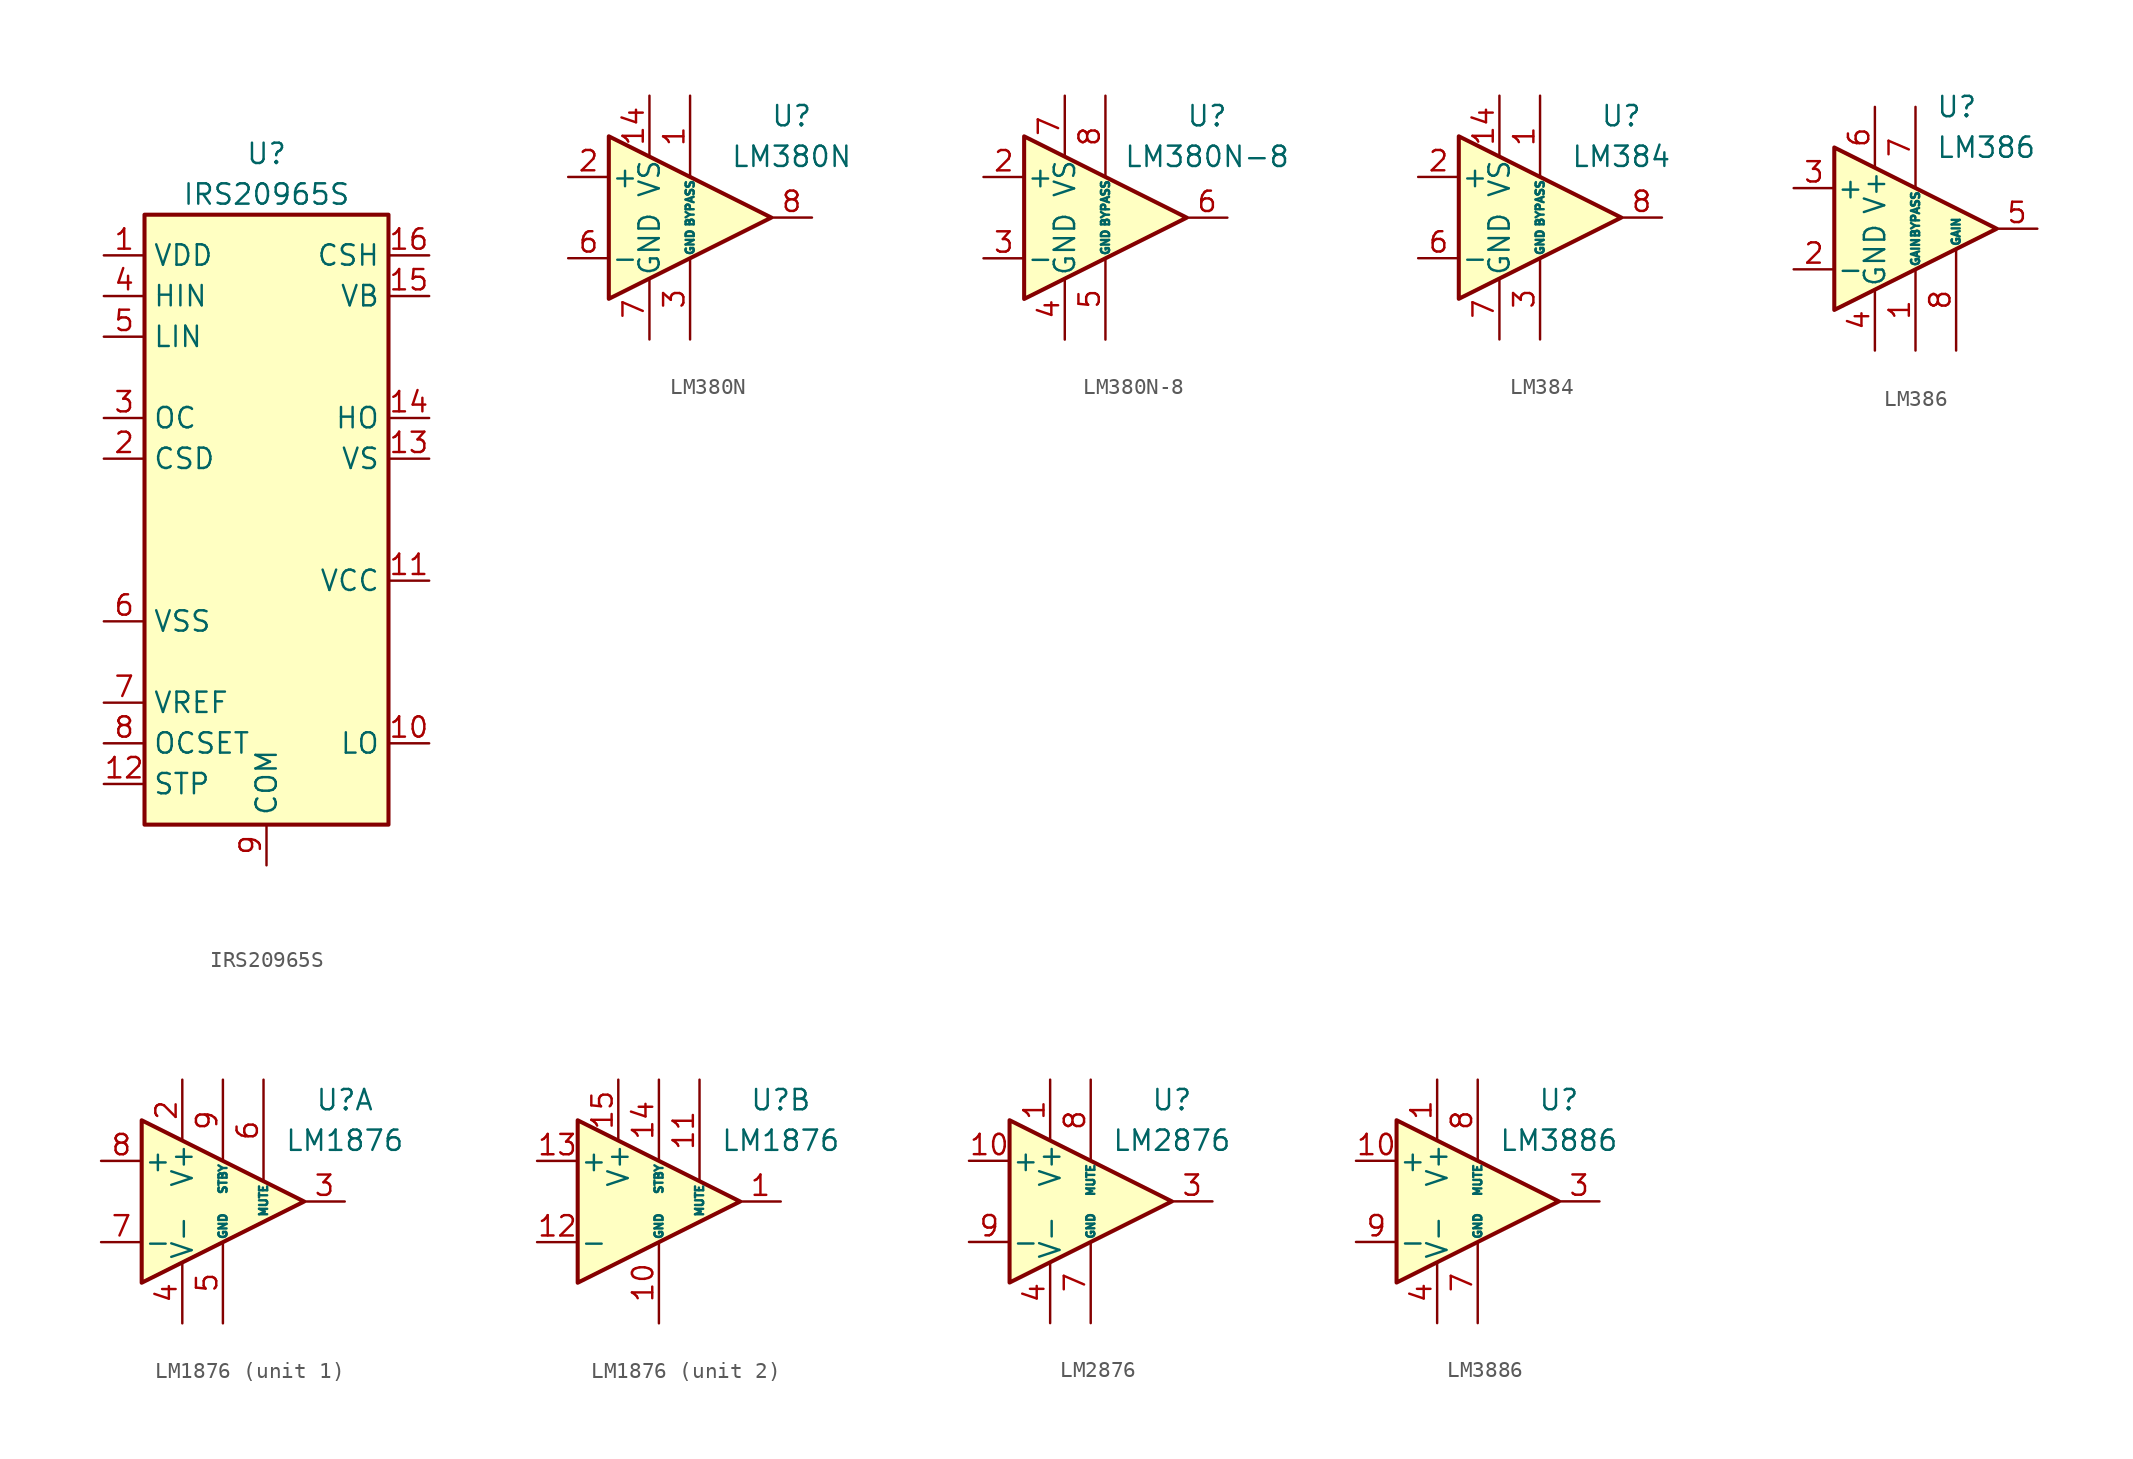
<source format=kicad_sym>
(kicad_symbol_lib
  (version 20201005)
  (generator kicad_symbol_editor)
  (symbol "IRS20965S"
    (property "Reference" "U"
      (at 0 24.13 0)
      (effects (font (size 1.27 1.27))))
    (property "Value" "IRS20965S"
      (at 0 21.59 0)
      (effects (font (size 1.27 1.27))))
    (symbol "IRS20965S_0_1"
      (rectangle (start -7.62 -17.78) (end 7.62 20.32) (stroke (width 0.254)) (fill (type background))))
    (symbol "IRS20965S_1_1"
      (pin power_in line (at -10.16 17.78 0) (length 2.54) (name "VDD" (effects (font (size 1.27 1.27)))) (number "1" (effects (font (size 1.27 1.27)))))
      (pin output line (at 10.16 -12.7 180) (length 2.54) (name "LO" (effects (font (size 1.27 1.27)))) (number "10" (effects (font (size 1.27 1.27)))))
      (pin power_in line (at 10.16 -2.54 180) (length 2.54) (name "VCC" (effects (font (size 1.27 1.27)))) (number "11" (effects (font (size 1.27 1.27)))))
      (pin input line (at -10.16 -15.24 0) (length 2.54) (name "STP" (effects (font (size 1.27 1.27)))) (number "12" (effects (font (size 1.27 1.27)))))
      (pin passive line (at 10.16 5.08 180) (length 2.54) (name "VS" (effects (font (size 1.27 1.27)))) (number "13" (effects (font (size 1.27 1.27)))))
      (pin output line (at 10.16 7.62 180) (length 2.54) (name "HO" (effects (font (size 1.27 1.27)))) (number "14" (effects (font (size 1.27 1.27)))))
      (pin power_in line (at 10.16 15.24 180) (length 2.54) (name "VB" (effects (font (size 1.27 1.27)))) (number "15" (effects (font (size 1.27 1.27)))))
      (pin passive line (at 10.16 17.78 180) (length 2.54) (name "CSH" (effects (font (size 1.27 1.27)))) (number "16" (effects (font (size 1.27 1.27)))))
      (pin passive line (at -10.16 5.08 0) (length 2.54) (name "CSD" (effects (font (size 1.27 1.27)))) (number "2" (effects (font (size 1.27 1.27)))))
      (pin open_collector line (at -10.16 7.62 0) (length 2.54) (name "OC" (effects (font (size 1.27 1.27)))) (number "3" (effects (font (size 1.27 1.27)))))
      (pin input line (at -10.16 15.24 0) (length 2.54) (name "HIN" (effects (font (size 1.27 1.27)))) (number "4" (effects (font (size 1.27 1.27)))))
      (pin input line (at -10.16 12.7 0) (length 2.54) (name "LIN" (effects (font (size 1.27 1.27)))) (number "5" (effects (font (size 1.27 1.27)))))
      (pin power_in line (at -10.16 -5.08 0) (length 2.54) (name "VSS" (effects (font (size 1.27 1.27)))) (number "6" (effects (font (size 1.27 1.27)))))
      (pin power_out line (at -10.16 -10.16 0) (length 2.54) (name "VREF" (effects (font (size 1.27 1.27)))) (number "7" (effects (font (size 1.27 1.27)))))
      (pin passive line (at -10.16 -12.7 0) (length 2.54) (name "OCSET" (effects (font (size 1.27 1.27)))) (number "8" (effects (font (size 1.27 1.27)))))
      (pin power_in line (at 0 -20.32 90) (length 2.54) (name "COM" (effects (font (size 1.27 1.27)))) (number "9" (effects (font (size 1.27 1.27)))))))
  (symbol "LM380N"
    (pin_names
      (offset 0.127))
    (property "Reference" "U"
      (at 6.35 6.35 0)
      (effects (font (size 1.27 1.27))))
    (property "Value" "LM380N"
      (at 6.35 3.81 0)
      (effects (font (size 1.27 1.27))))
    (symbol "LM380N_0_1"
      (polyline (pts (xy -5.08 5.08) (xy 5.08 0) (xy -5.08 -5.08) (xy -5.08 5.08)) (stroke (width 0.254)) (fill (type background))))
    (symbol "LM380N_1_1"
      (pin passive line (at 0 7.62 270) (length 5.08) (name "BYPASS" (effects (font (size 0.508 0.508)))) (number "1" (effects (font (size 1.27 1.27)))))
      (pin passive line (at 0 -7.62 90) (length 5.08) hide (name "GND" (effects (font (size 0.508 0.508)))) (number "10" (effects (font (size 1.27 1.27)))))
      (pin passive line (at 0 -7.62 90) (length 5.08) hide (name "GND" (effects (font (size 0.508 0.508)))) (number "11" (effects (font (size 1.27 1.27)))))
      (pin passive line (at 0 -7.62 90) (length 5.08) hide (name "GND" (effects (font (size 0.508 0.508)))) (number "12" (effects (font (size 1.27 1.27)))))
      (pin no_connect line (at 0 -2.54 90) (length 2.54) hide (name "NC" (effects (font (size 1.27 1.27)))) (number "13" (effects (font (size 1.27 1.27)))))
      (pin power_in line (at -2.54 7.62 270) (length 3.81) (name "VS" (effects (font (size 1.27 1.27)))) (number "14" (effects (font (size 1.27 1.27)))))
      (pin input line (at -7.62 2.54 0) (length 2.54) (name "+" (effects (font (size 1.27 1.27)))) (number "2" (effects (font (size 1.27 1.27)))))
      (pin power_in line (at 0 -7.62 90) (length 5.08) (name "GND" (effects (font (size 0.508 0.508)))) (number "3" (effects (font (size 1.27 1.27)))))
      (pin passive line (at 0 -7.62 90) (length 5.08) hide (name "GND" (effects (font (size 0.508 0.508)))) (number "4" (effects (font (size 1.27 1.27)))))
      (pin passive line (at 0 -7.62 90) (length 5.08) hide (name "GND" (effects (font (size 0.508 0.508)))) (number "5" (effects (font (size 1.27 1.27)))))
      (pin input line (at -7.62 -2.54 0) (length 2.54) (name "-" (effects (font (size 1.27 1.27)))) (number "6" (effects (font (size 1.27 1.27)))))
      (pin power_in line (at -2.54 -7.62 90) (length 3.81) (name "GND" (effects (font (size 1.27 1.27)))) (number "7" (effects (font (size 1.27 1.27)))))
      (pin output line (at 7.62 0 180) (length 2.54) (name "~" (effects (font (size 1.27 1.27)))) (number "8" (effects (font (size 1.27 1.27)))))
      (pin no_connect line (at 0 2.54 270) (length 2.54) hide (name "NC" (effects (font (size 1.27 1.27)))) (number "9" (effects (font (size 1.27 1.27)))))))
  (symbol "LM380N-8"
    (pin_names
      (offset 0.127))
    (property "Reference" "U"
      (at 6.35 6.35 0)
      (effects (font (size 1.27 1.27))))
    (property "Value" "LM380N-8"
      (at 6.35 3.81 0)
      (effects (font (size 1.27 1.27))))
    (symbol "LM380N-8_0_1"
      (polyline (pts (xy -5.08 5.08) (xy 5.08 0) (xy -5.08 -5.08) (xy -5.08 5.08)) (stroke (width 0.254)) (fill (type background))))
    (symbol "LM380N-8_1_1"
      (pin no_connect line (at 0 2.54 270) (length 2.54) hide (name "NC" (effects (font (size 1.27 1.27)))) (number "1" (effects (font (size 1.27 1.27)))))
      (pin input line (at -7.62 2.54 0) (length 2.54) (name "+" (effects (font (size 1.27 1.27)))) (number "2" (effects (font (size 1.27 1.27)))))
      (pin input line (at -7.62 -2.54 0) (length 2.54) (name "-" (effects (font (size 1.27 1.27)))) (number "3" (effects (font (size 1.27 1.27)))))
      (pin power_in line (at -2.54 -7.62 90) (length 3.81) (name "GND" (effects (font (size 1.27 1.27)))) (number "4" (effects (font (size 1.27 1.27)))))
      (pin power_in line (at 0 -7.62 90) (length 5.08) (name "GND" (effects (font (size 0.508 0.508)))) (number "5" (effects (font (size 1.27 1.27)))))
      (pin output line (at 7.62 0 180) (length 2.54) (name "~" (effects (font (size 1.27 1.27)))) (number "6" (effects (font (size 1.27 1.27)))))
      (pin power_in line (at -2.54 7.62 270) (length 3.81) (name "VS" (effects (font (size 1.27 1.27)))) (number "7" (effects (font (size 1.27 1.27)))))
      (pin passive line (at 0 7.62 270) (length 5.08) (name "BYPASS" (effects (font (size 0.508 0.508)))) (number "8" (effects (font (size 1.27 1.27)))))))
  (symbol "LM384"
    (pin_names
      (offset 0.127))
    (property "Reference" "U"
      (at 5.08 6.35 0)
      (effects (font (size 1.27 1.27))))
    (property "Value" "LM384"
      (at 5.08 3.81 0)
      (effects (font (size 1.27 1.27))))
    (symbol "LM384_0_1"
      (polyline (pts (xy -5.08 5.08) (xy 5.08 0) (xy -5.08 -5.08) (xy -5.08 5.08)) (stroke (width 0.254)) (fill (type background))))
    (symbol "LM384_1_1"
      (pin passive line (at 0 7.62 270) (length 5.08) (name "BYPASS" (effects (font (size 0.508 0.508)))) (number "1" (effects (font (size 1.27 1.27)))))
      (pin passive line (at 0 -7.62 90) (length 5.08) hide (name "GND" (effects (font (size 0.508 0.508)))) (number "10" (effects (font (size 1.27 1.27)))))
      (pin passive line (at 0 -7.62 90) (length 5.08) hide (name "GND" (effects (font (size 0.508 0.508)))) (number "11" (effects (font (size 1.27 1.27)))))
      (pin passive line (at 0 -7.62 90) (length 5.08) hide (name "GND" (effects (font (size 0.508 0.508)))) (number "12" (effects (font (size 1.27 1.27)))))
      (pin no_connect line (at 0 2.54 270) (length 2.54) hide (name "NC" (effects (font (size 1.27 1.27)))) (number "13" (effects (font (size 1.27 1.27)))))
      (pin power_in line (at -2.54 7.62 270) (length 3.81) (name "VS" (effects (font (size 1.27 1.27)))) (number "14" (effects (font (size 1.27 1.27)))))
      (pin input line (at -7.62 2.54 0) (length 2.54) (name "+" (effects (font (size 1.27 1.27)))) (number "2" (effects (font (size 1.27 1.27)))))
      (pin power_in line (at 0 -7.62 90) (length 5.08) (name "GND" (effects (font (size 0.508 0.508)))) (number "3" (effects (font (size 1.27 1.27)))))
      (pin passive line (at 0 -7.62 90) (length 5.08) hide (name "GND" (effects (font (size 0.508 0.508)))) (number "4" (effects (font (size 1.27 1.27)))))
      (pin passive line (at 0 -7.62 90) (length 5.08) hide (name "GND" (effects (font (size 0.508 0.508)))) (number "5" (effects (font (size 1.27 1.27)))))
      (pin input line (at -7.62 -2.54 0) (length 2.54) (name "-" (effects (font (size 1.27 1.27)))) (number "6" (effects (font (size 1.27 1.27)))))
      (pin power_in line (at -2.54 -7.62 90) (length 3.81) (name "GND" (effects (font (size 1.27 1.27)))) (number "7" (effects (font (size 1.27 1.27)))))
      (pin output line (at 7.62 0 180) (length 2.54) (name "~" (effects (font (size 1.27 1.27)))) (number "8" (effects (font (size 1.27 1.27)))))
      (pin no_connect line (at -2.54 2.54 270) (length 2.54) hide (name "NC" (effects (font (size 1.27 1.27)))) (number "9" (effects (font (size 1.27 1.27)))))))
  (symbol "LM386"
    (pin_names
      (offset 0.127))
    (property "Reference" "U"
      (at 1.27 7.62 0)
      (effects (font (size 1.27 1.27)) (justify left)))
    (property "Value" "LM386"
      (at 1.27 5.08 0)
      (effects (font (size 1.27 1.27)) (justify left)))
    (symbol "LM386_0_1"
      (polyline (pts (xy 5.08 0) (xy -5.08 5.08) (xy -5.08 -5.08) (xy 5.08 0)) (stroke (width 0.254)) (fill (type background))))
    (symbol "LM386_1_1"
      (pin input line (at 0 -7.62 90) (length 5.08) (name "GAIN" (effects (font (size 0.508 0.508)))) (number "1" (effects (font (size 1.27 1.27)))))
      (pin input line (at -7.62 -2.54 0) (length 2.54) (name "-" (effects (font (size 1.27 1.27)))) (number "2" (effects (font (size 1.27 1.27)))))
      (pin input line (at -7.62 2.54 0) (length 2.54) (name "+" (effects (font (size 1.27 1.27)))) (number "3" (effects (font (size 1.27 1.27)))))
      (pin power_in line (at -2.54 -7.62 90) (length 3.81) (name "GND" (effects (font (size 1.27 1.27)))) (number "4" (effects (font (size 1.27 1.27)))))
      (pin output line (at 7.62 0 180) (length 2.54) (name "~" (effects (font (size 1.27 1.27)))) (number "5" (effects (font (size 1.27 1.27)))))
      (pin power_in line (at -2.54 7.62 270) (length 3.81) (name "V+" (effects (font (size 1.27 1.27)))) (number "6" (effects (font (size 1.27 1.27)))))
      (pin input line (at 0 7.62 270) (length 5.08) (name "BYPASS" (effects (font (size 0.508 0.508)))) (number "7" (effects (font (size 1.27 1.27)))))
      (pin input line (at 2.54 -7.62 90) (length 6.35) (name "GAIN" (effects (font (size 0.508 0.508)))) (number "8" (effects (font (size 1.27 1.27)))))))
  (symbol "LM1876"
    (pin_names
      (offset 0.127))
    (property "Reference" "U"
      (at 7.62 6.35 0)
      (effects (font (size 1.27 1.27))))
    (property "Value" "LM1876"
      (at 7.62 3.81 0)
      (effects (font (size 1.27 1.27))))
    (property "ki_locked" ""
      (at 0 0 0)
      (effects (font (size 1.27 1.27))))
    (symbol "LM1876_0_1"
      (polyline (pts (xy -5.08 5.08) (xy 5.08 0) (xy -5.08 -5.08) (xy -5.08 5.08)) (stroke (width 0.254)) (fill (type background))))
    (symbol "LM1876_1_1"
      (pin power_in line (at -2.54 7.62 270) (length 3.81) (name "V+" (effects (font (size 1.27 1.27)))) (number "2" (effects (font (size 1.27 1.27)))))
      (pin output line (at 7.62 0 180) (length 2.54) (name "~" (effects (font (size 1.27 1.27)))) (number "3" (effects (font (size 1.27 1.27)))))
      (pin power_in line (at -2.54 -7.62 90) (length 3.81) (name "V-" (effects (font (size 1.27 1.27)))) (number "4" (effects (font (size 1.27 1.27)))))
      (pin power_in line (at 0 -7.62 90) (length 5.08) (name "GND" (effects (font (size 0.508 0.508)))) (number "5" (effects (font (size 1.27 1.27)))))
      (pin input line (at 2.54 7.62 270) (length 6.35) (name "MUTE" (effects (font (size 0.508 0.508)))) (number "6" (effects (font (size 1.27 1.27)))))
      (pin input line (at -7.62 -2.54 0) (length 2.54) (name "-" (effects (font (size 1.27 1.27)))) (number "7" (effects (font (size 1.27 1.27)))))
      (pin input line (at -7.62 2.54 0) (length 2.54) (name "+" (effects (font (size 1.27 1.27)))) (number "8" (effects (font (size 1.27 1.27)))))
      (pin input line (at 0 7.62 270) (length 5.08) (name "STBY" (effects (font (size 0.508 0.508)))) (number "9" (effects (font (size 1.27 1.27))))))
    (symbol "LM1876_2_1"
      (pin output line (at 7.62 0 180) (length 2.54) (name "~" (effects (font (size 1.27 1.27)))) (number "1" (effects (font (size 1.27 1.27)))))
      (pin power_in line (at 0 -7.62 90) (length 5.08) (name "GND" (effects (font (size 0.508 0.508)))) (number "10" (effects (font (size 1.27 1.27)))))
      (pin input line (at 2.54 7.62 270) (length 6.35) (name "MUTE" (effects (font (size 0.508 0.508)))) (number "11" (effects (font (size 1.27 1.27)))))
      (pin input line (at -7.62 -2.54 0) (length 2.54) (name "-" (effects (font (size 1.27 1.27)))) (number "12" (effects (font (size 1.27 1.27)))))
      (pin input line (at -7.62 2.54 0) (length 2.54) (name "+" (effects (font (size 1.27 1.27)))) (number "13" (effects (font (size 1.27 1.27)))))
      (pin input line (at 0 7.62 270) (length 5.08) (name "STBY" (effects (font (size 0.508 0.508)))) (number "14" (effects (font (size 1.27 1.27)))))
      (pin power_in line (at -2.54 7.62 270) (length 3.81) (name "V+" (effects (font (size 1.27 1.27)))) (number "15" (effects (font (size 1.27 1.27)))))))
  (symbol "LM2876"
    (pin_names
      (offset 0.127))
    (property "Reference" "U"
      (at 5.08 6.35 0)
      (effects (font (size 1.27 1.27))))
    (property "Value" "LM2876"
      (at 5.08 3.81 0)
      (effects (font (size 1.27 1.27))))
    (symbol "LM2876_0_1"
      (polyline (pts (xy -5.08 5.08) (xy 5.08 0) (xy -5.08 -5.08) (xy -5.08 5.08)) (stroke (width 0.254)) (fill (type background))))
    (symbol "LM2876_1_1"
      (pin power_in line (at -2.54 7.62 270) (length 3.81) (name "V+" (effects (font (size 1.27 1.27)))) (number "1" (effects (font (size 1.27 1.27)))))
      (pin input line (at -7.62 2.54 0) (length 2.54) (name "+" (effects (font (size 1.27 1.27)))) (number "10" (effects (font (size 1.27 1.27)))))
      (pin no_connect line (at 2.54 2.54 270) (length 2.54) hide (name "NC" (effects (font (size 1.27 1.27)))) (number "11" (effects (font (size 1.27 1.27)))))
      (pin no_connect line (at -2.54 2.54 270) (length 2.54) hide (name "NC" (effects (font (size 1.27 1.27)))) (number "2" (effects (font (size 1.27 1.27)))))
      (pin output line (at 7.62 0 180) (length 2.54) (name "~" (effects (font (size 1.27 1.27)))) (number "3" (effects (font (size 1.27 1.27)))))
      (pin power_in line (at -2.54 -7.62 90) (length 3.81) (name "V-" (effects (font (size 1.27 1.27)))) (number "4" (effects (font (size 1.27 1.27)))))
      (pin no_connect line (at -2.54 -2.54 270) (length 3.81) hide (name "NC" (effects (font (size 1.27 1.27)))) (number "5" (effects (font (size 1.27 1.27)))))
      (pin no_connect line (at 0 2.54 270) (length 2.54) hide (name "NC" (effects (font (size 1.27 1.27)))) (number "6" (effects (font (size 1.27 1.27)))))
      (pin power_in line (at 0 -7.62 90) (length 5.08) (name "GND" (effects (font (size 0.508 0.508)))) (number "7" (effects (font (size 1.27 1.27)))))
      (pin input line (at 0 7.62 270) (length 5.08) (name "MUTE" (effects (font (size 0.508 0.508)))) (number "8" (effects (font (size 1.27 1.27)))))
      (pin input line (at -7.62 -2.54 0) (length 2.54) (name "-" (effects (font (size 1.27 1.27)))) (number "9" (effects (font (size 1.27 1.27)))))))
  (symbol "LM3886"
    (pin_names
      (offset 0.127))
    (property "Reference" "U"
      (at 5.08 6.35 0)
      (effects (font (size 1.27 1.27))))
    (property "Value" "LM3886"
      (at 5.08 3.81 0)
      (effects (font (size 1.27 1.27))))
    (symbol "LM3886_0_1"
      (polyline (pts (xy -5.08 5.08) (xy 5.08 0) (xy -5.08 -5.08) (xy -5.08 5.08)) (stroke (width 0.254)) (fill (type background))))
    (symbol "LM3886_1_1"
      (pin power_in line (at -2.54 7.62 270) (length 3.81) (name "V+" (effects (font (size 1.27 1.27)))) (number "1" (effects (font (size 1.27 1.27)))))
      (pin input line (at -7.62 2.54 0) (length 2.54) (name "+" (effects (font (size 1.27 1.27)))) (number "10" (effects (font (size 1.27 1.27)))))
      (pin no_connect line (at 2.54 2.54 270) (length 2.54) hide (name "NC" (effects (font (size 1.27 1.27)))) (number "11" (effects (font (size 1.27 1.27)))))
      (pin no_connect line (at -2.54 2.54 270) (length 2.54) hide (name "NC" (effects (font (size 1.27 1.27)))) (number "2" (effects (font (size 1.27 1.27)))))
      (pin output line (at 7.62 0 180) (length 2.54) (name "~" (effects (font (size 1.27 1.27)))) (number "3" (effects (font (size 1.27 1.27)))))
      (pin power_in line (at -2.54 -7.62 90) (length 3.81) (name "V-" (effects (font (size 1.27 1.27)))) (number "4" (effects (font (size 1.27 1.27)))))
      (pin passive line (at -2.54 7.62 270) (length 3.81) hide (name "V+" (effects (font (size 1.27 1.27)))) (number "5" (effects (font (size 1.27 1.27)))))
      (pin no_connect line (at 0 2.54 270) (length 2.54) hide (name "NC" (effects (font (size 1.27 1.27)))) (number "6" (effects (font (size 1.27 1.27)))))
      (pin power_in line (at 0 -7.62 90) (length 5.08) (name "GND" (effects (font (size 0.508 0.508)))) (number "7" (effects (font (size 1.27 1.27)))))
      (pin input line (at 0 7.62 270) (length 5.08) (name "MUTE" (effects (font (size 0.508 0.508)))) (number "8" (effects (font (size 1.27 1.27)))))
      (pin input line (at -7.62 -2.54 0) (length 2.54) (name "-" (effects (font (size 1.27 1.27)))) (number "9" (effects (font (size 1.27 1.27))))))))
</source>
